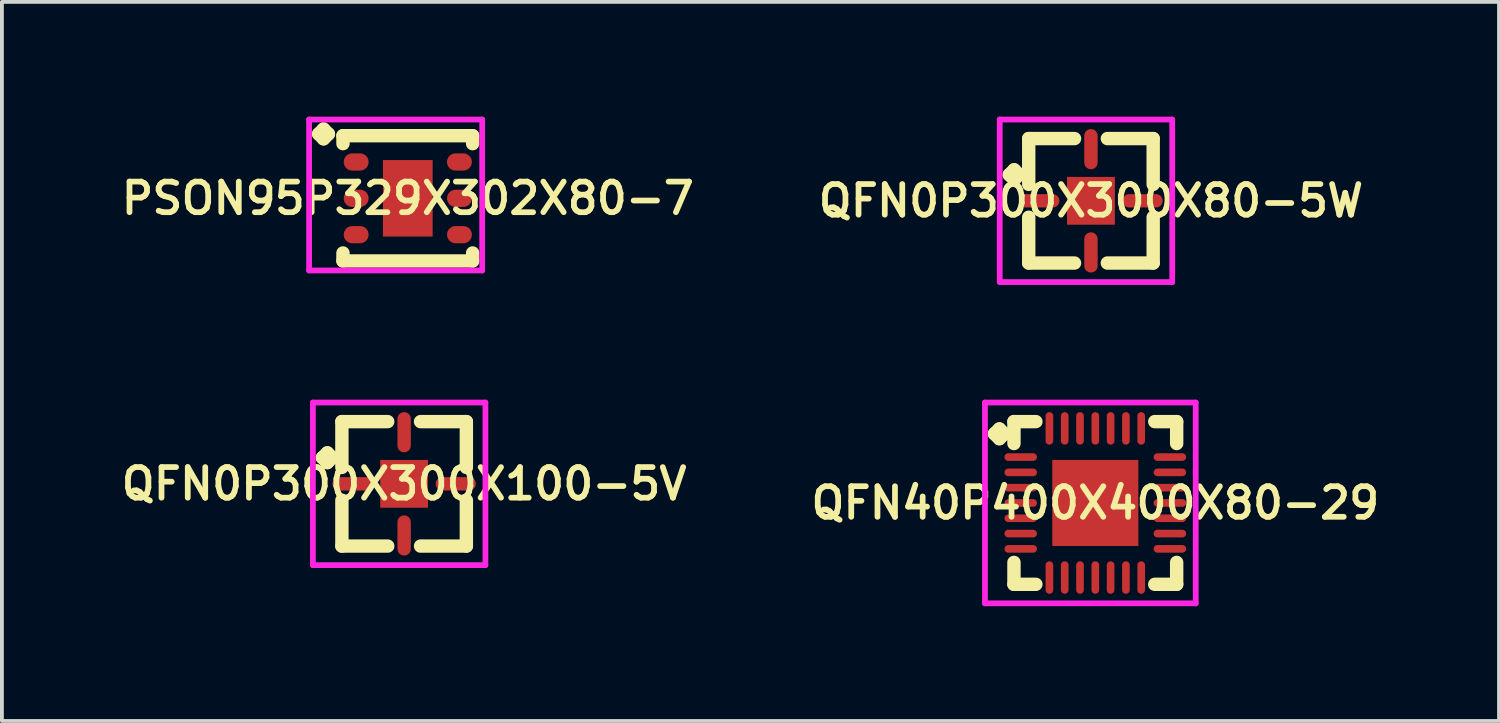
<source format=kicad_pcb>
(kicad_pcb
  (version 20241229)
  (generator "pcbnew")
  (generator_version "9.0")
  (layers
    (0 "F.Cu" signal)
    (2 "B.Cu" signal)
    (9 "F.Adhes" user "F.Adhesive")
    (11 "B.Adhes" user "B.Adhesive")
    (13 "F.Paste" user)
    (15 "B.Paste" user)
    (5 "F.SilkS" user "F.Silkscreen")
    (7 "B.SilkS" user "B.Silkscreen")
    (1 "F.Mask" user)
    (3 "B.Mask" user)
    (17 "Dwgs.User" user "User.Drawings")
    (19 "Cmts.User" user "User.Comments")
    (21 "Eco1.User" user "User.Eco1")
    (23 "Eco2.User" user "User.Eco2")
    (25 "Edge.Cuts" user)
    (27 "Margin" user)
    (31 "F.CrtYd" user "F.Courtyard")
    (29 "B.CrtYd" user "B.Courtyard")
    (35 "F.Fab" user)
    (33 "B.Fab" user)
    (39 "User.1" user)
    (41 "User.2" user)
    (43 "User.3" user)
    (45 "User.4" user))
  (footprint "QFN0P300X300X80-5W"
    (layer "F.Cu")
    (at 25.473 2.2)
    (property "Reference" "QFN0P300X300X80-5W" (at 0 0 0) (layer "F.SilkS") (effects (font (size 0.8 0.8) (thickness 0.15))))
    (attr smd)
    (fp_line (start -2.135 -0.683) (end -2.008 -0.81) (stroke (width 0.35) (type solid)) (layer "F.SilkS"))
    (fp_line (start -2.008 -0.81) (end -1.881 -0.683) (stroke (width 0.35) (type solid)) (layer "F.SilkS"))
    (fp_line (start -2.008 -0.556) (end -2.135 -0.683) (stroke (width 0.35) (type solid)) (layer "F.SilkS"))
    (fp_line (start -1.881 -0.683) (end -2.008 -0.556) (stroke (width 0.35) (type solid)) (layer "F.SilkS"))
    (fp_line (start -1.627 -1.627) (end -0.429 -1.627) (stroke (width 0.35) (type solid)) (layer "F.SilkS"))
    (fp_line (start -1.627 -0.429) (end -1.627 -1.627) (stroke (width 0.35) (type solid)) (layer "F.SilkS"))
    (fp_line (start -1.627 0.429) (end -1.627 1.627) (stroke (width 0.35) (type solid)) (layer "F.SilkS"))
    (fp_line (start -1.627 1.627) (end -0.429 1.627) (stroke (width 0.35) (type solid)) (layer "F.SilkS"))
    (fp_line (start 0.429 -1.627) (end 1.627 -1.627) (stroke (width 0.35) (type solid)) (layer "F.SilkS"))
    (fp_line (start 0.429 1.627) (end 1.627 1.627) (stroke (width 0.35) (type solid)) (layer "F.SilkS"))
    (fp_line (start 1.627 -1.627) (end 1.627 -0.429) (stroke (width 0.35) (type solid)) (layer "F.SilkS"))
    (fp_line (start 1.627 1.627) (end 1.627 0.429) (stroke (width 0.35) (type solid)) (layer "F.SilkS"))
    (fp_line (start -2.385 -2.125) (end 2.125 -2.125) (stroke (width 0.15) (type solid)) (layer "F.CrtYd"))
    (fp_line (start -2.385 2.125) (end -2.385 -2.125) (stroke (width 0.15) (type solid)) (layer "F.CrtYd"))
    (fp_line (start 2.125 -2.125) (end 2.125 2.125) (stroke (width 0.15) (type solid)) (layer "F.CrtYd"))
    (fp_line (start 2.125 2.125) (end -2.385 2.125) (stroke (width 0.15) (type solid)) (layer "F.CrtYd"))
    (pad "1" smd oval (at -1.35 0) (size 1.05 0.35) (layers "F.Cu" "F.Mask" "F.Paste"))
    (pad "2" smd oval (at 0 1.35) (size 0.35 1.05) (layers "F.Cu" "F.Mask" "F.Paste"))
    (pad "3" smd oval (at 1.35 0) (size 1.05 0.35) (layers "F.Cu" "F.Mask" "F.Paste"))
    (pad "4" smd oval (at 0 -1.35) (size 0.35 1.05) (layers "F.Cu" "F.Mask" "F.Paste"))
    (pad "5" smd rect (at 0 0) (size 1.25 1.25) (layers "F.Cu" "F.Mask" "F.Paste")))
  (footprint "QFN40P400X400X80-29"
    (layer "F.Cu")
    (at 25.587 10.1)
    (property "Reference" "QFN40P400X400X80-29" (at 0 0 0) (layer "F.SilkS") (effects (font (size 0.8 0.8) (thickness 0.15))))
    (attr smd)
    (fp_line (start -2.635 -1.808) (end -2.508 -1.935) (stroke (width 0.35) (type solid)) (layer "F.SilkS"))
    (fp_line (start -2.508 -1.935) (end -2.381 -1.808) (stroke (width 0.35) (type solid)) (layer "F.SilkS"))
    (fp_line (start -2.508 -1.681) (end -2.635 -1.808) (stroke (width 0.35) (type solid)) (layer "F.SilkS"))
    (fp_line (start -2.381 -1.808) (end -2.508 -1.681) (stroke (width 0.35) (type solid)) (layer "F.SilkS"))
    (fp_line (start -2.127 -2.127) (end -1.554 -2.127) (stroke (width 0.35) (type solid)) (layer "F.SilkS"))
    (fp_line (start -2.127 -1.554) (end -2.127 -2.127) (stroke (width 0.35) (type solid)) (layer "F.SilkS"))
    (fp_line (start -2.127 1.554) (end -2.127 2.127) (stroke (width 0.35) (type solid)) (layer "F.SilkS"))
    (fp_line (start -2.127 2.127) (end -1.554 2.127) (stroke (width 0.35) (type solid)) (layer "F.SilkS"))
    (fp_line (start 1.554 -2.127) (end 2.127 -2.127) (stroke (width 0.35) (type solid)) (layer "F.SilkS"))
    (fp_line (start 1.554 2.127) (end 2.127 2.127) (stroke (width 0.35) (type solid)) (layer "F.SilkS"))
    (fp_line (start 2.127 -2.127) (end 2.127 -1.554) (stroke (width 0.35) (type solid)) (layer "F.SilkS"))
    (fp_line (start 2.127 2.127) (end 2.127 1.554) (stroke (width 0.35) (type solid)) (layer "F.SilkS"))
    (fp_line (start -2.885 -2.625) (end 2.625 -2.625) (stroke (width 0.15) (type solid)) (layer "F.CrtYd"))
    (fp_line (start -2.885 2.625) (end -2.885 -2.625) (stroke (width 0.15) (type solid)) (layer "F.CrtYd"))
    (fp_line (start 2.625 -2.625) (end 2.625 2.625) (stroke (width 0.15) (type solid)) (layer "F.CrtYd"))
    (fp_line (start 2.625 2.625) (end -2.885 2.625) (stroke (width 0.15) (type solid)) (layer "F.CrtYd"))
    (pad "1" smd oval (at -1.95 -1.2) (size 0.85 0.2) (layers "F.Cu" "F.Mask" "F.Paste"))
    (pad "2" smd oval (at -1.95 -0.8) (size 0.85 0.2) (layers "F.Cu" "F.Mask" "F.Paste"))
    (pad "3" smd oval (at -1.95 -0.4) (size 0.85 0.2) (layers "F.Cu" "F.Mask" "F.Paste"))
    (pad "4" smd oval (at -1.95 0) (size 0.85 0.2) (layers "F.Cu" "F.Mask" "F.Paste"))
    (pad "5" smd oval (at -1.95 0.4) (size 0.85 0.2) (layers "F.Cu" "F.Mask" "F.Paste"))
    (pad "6" smd oval (at -1.95 0.8) (size 0.85 0.2) (layers "F.Cu" "F.Mask" "F.Paste"))
    (pad "7" smd oval (at -1.95 1.2) (size 0.85 0.2) (layers "F.Cu" "F.Mask" "F.Paste"))
    (pad "8" smd oval (at -1.2 1.95) (size 0.2 0.85) (layers "F.Cu" "F.Mask" "F.Paste"))
    (pad "9" smd oval (at -0.8 1.95) (size 0.2 0.85) (layers "F.Cu" "F.Mask" "F.Paste"))
    (pad "10" smd oval (at -0.4 1.95) (size 0.2 0.85) (layers "F.Cu" "F.Mask" "F.Paste"))
    (pad "11" smd oval (at 0 1.95) (size 0.2 0.85) (layers "F.Cu" "F.Mask" "F.Paste"))
    (pad "12" smd oval (at 0.4 1.95) (size 0.2 0.85) (layers "F.Cu" "F.Mask" "F.Paste"))
    (pad "13" smd oval (at 0.8 1.95) (size 0.2 0.85) (layers "F.Cu" "F.Mask" "F.Paste"))
    (pad "14" smd oval (at 1.2 1.95) (size 0.2 0.85) (layers "F.Cu" "F.Mask" "F.Paste"))
    (pad "15" smd oval (at 1.95 1.2) (size 0.85 0.2) (layers "F.Cu" "F.Mask" "F.Paste"))
    (pad "16" smd oval (at 1.95 0.8) (size 0.85 0.2) (layers "F.Cu" "F.Mask" "F.Paste"))
    (pad "17" smd oval (at 1.95 0.4) (size 0.85 0.2) (layers "F.Cu" "F.Mask" "F.Paste"))
    (pad "18" smd oval (at 1.95 0) (size 0.85 0.2) (layers "F.Cu" "F.Mask" "F.Paste"))
    (pad "19" smd oval (at 1.95 -0.4) (size 0.85 0.2) (layers "F.Cu" "F.Mask" "F.Paste"))
    (pad "20" smd oval (at 1.95 -0.8) (size 0.85 0.2) (layers "F.Cu" "F.Mask" "F.Paste"))
    (pad "21" smd oval (at 1.95 -1.2) (size 0.85 0.2) (layers "F.Cu" "F.Mask" "F.Paste"))
    (pad "22" smd oval (at 1.2 -1.95) (size 0.2 0.85) (layers "F.Cu" "F.Mask" "F.Paste"))
    (pad "23" smd oval (at 0.8 -1.95) (size 0.2 0.85) (layers "F.Cu" "F.Mask" "F.Paste"))
    (pad "24" smd oval (at 0.4 -1.95) (size 0.2 0.85) (layers "F.Cu" "F.Mask" "F.Paste"))
    (pad "25" smd oval (at 0 -1.95) (size 0.2 0.85) (layers "F.Cu" "F.Mask" "F.Paste"))
    (pad "26" smd oval (at -0.4 -1.95) (size 0.2 0.85) (layers "F.Cu" "F.Mask" "F.Paste"))
    (pad "27" smd oval (at -0.8 -1.95) (size 0.2 0.85) (layers "F.Cu" "F.Mask" "F.Paste"))
    (pad "28" smd oval (at -1.2 -1.95) (size 0.2 0.85) (layers "F.Cu" "F.Mask" "F.Paste"))
    (pad "29" smd rect (at 0 0) (size 2.25 2.25) (layers "F.Cu" "F.Mask" "F.Paste")))
  (footprint "PSON95P329X302X80-7"
    (layer "F.Cu")
    (at 7.612 2.135)
    (property "Reference" "PSON95P329X302X80-7" (at 0 0 0) (layer "F.SilkS") (effects (font (size 0.8 0.8) (thickness 0.15))))
    (attr smd)
    (fp_line (start -2.33 -1.683) (end -2.203 -1.81) (stroke (width 0.35) (type solid)) (layer "F.SilkS"))
    (fp_line (start -2.203 -1.81) (end -2.076 -1.683) (stroke (width 0.35) (type solid)) (layer "F.SilkS"))
    (fp_line (start -2.203 -1.556) (end -2.33 -1.683) (stroke (width 0.35) (type solid)) (layer "F.SilkS"))
    (fp_line (start -2.076 -1.683) (end -2.203 -1.556) (stroke (width 0.35) (type solid)) (layer "F.SilkS"))
    (fp_line (start -1.695 -1.637) (end 1.695 -1.637) (stroke (width 0.35) (type solid)) (layer "F.SilkS"))
    (fp_line (start -1.695 -1.429) (end -1.695 -1.637) (stroke (width 0.35) (type solid)) (layer "F.SilkS"))
    (fp_line (start -1.695 1.429) (end -1.695 1.637) (stroke (width 0.35) (type solid)) (layer "F.SilkS"))
    (fp_line (start -1.695 1.637) (end 1.695 1.637) (stroke (width 0.35) (type solid)) (layer "F.SilkS"))
    (fp_line (start 1.695 -1.637) (end 1.695 -1.429) (stroke (width 0.35) (type solid)) (layer "F.SilkS"))
    (fp_line (start 1.695 1.637) (end 1.695 1.429) (stroke (width 0.35) (type solid)) (layer "F.SilkS"))
    (fp_line (start -2.58 -2.06) (end 1.945 -2.06) (stroke (width 0.15) (type solid)) (layer "F.CrtYd"))
    (fp_line (start -2.58 1.887) (end -2.58 -2.06) (stroke (width 0.15) (type solid)) (layer "F.CrtYd"))
    (fp_line (start 1.945 -2.06) (end 1.945 1.887) (stroke (width 0.15) (type solid)) (layer "F.CrtYd"))
    (fp_line (start 1.945 1.887) (end -2.58 1.887) (stroke (width 0.15) (type solid)) (layer "F.CrtYd"))
    (pad "1" smd oval (at -1.35 -0.95) (size 0.65 0.45) (layers "F.Cu" "F.Mask" "F.Paste"))
    (pad "2" smd oval (at -1.35 0) (size 0.65 0.45) (layers "F.Cu" "F.Mask" "F.Paste"))
    (pad "3" smd oval (at -1.35 0.95) (size 0.65 0.45) (layers "F.Cu" "F.Mask" "F.Paste"))
    (pad "4" smd oval (at 1.35 0.95) (size 0.65 0.45) (layers "F.Cu" "F.Mask" "F.Paste"))
    (pad "5" smd oval (at 1.35 0) (size 0.65 0.45) (layers "F.Cu" "F.Mask" "F.Paste"))
    (pad "6" smd oval (at 1.35 -0.95) (size 0.65 0.45) (layers "F.Cu" "F.Mask" "F.Paste"))
    (pad "7" smd rect (at 0 0) (size 1.3 2) (layers "F.Cu" "F.Mask" "F.Paste")))
  (footprint "QFN0P300X300X100-5V"
    (layer "F.Cu")
    (at 7.516 9.6)
    (property "Reference" "QFN0P300X300X100-5V" (at 0 0 0) (layer "F.SilkS") (effects (font (size 0.8 0.8) (thickness 0.15))))
    (attr smd)
    (fp_line (start -2.135 -0.683) (end -2.008 -0.81) (stroke (width 0.35) (type solid)) (layer "F.SilkS"))
    (fp_line (start -2.008 -0.81) (end -1.881 -0.683) (stroke (width 0.35) (type solid)) (layer "F.SilkS"))
    (fp_line (start -2.008 -0.556) (end -2.135 -0.683) (stroke (width 0.35) (type solid)) (layer "F.SilkS"))
    (fp_line (start -1.881 -0.683) (end -2.008 -0.556) (stroke (width 0.35) (type solid)) (layer "F.SilkS"))
    (fp_line (start -1.627 -1.627) (end -0.429 -1.627) (stroke (width 0.35) (type solid)) (layer "F.SilkS"))
    (fp_line (start -1.627 -0.429) (end -1.627 -1.627) (stroke (width 0.35) (type solid)) (layer "F.SilkS"))
    (fp_line (start -1.627 0.429) (end -1.627 1.627) (stroke (width 0.35) (type solid)) (layer "F.SilkS"))
    (fp_line (start -1.627 1.627) (end -0.429 1.627) (stroke (width 0.35) (type solid)) (layer "F.SilkS"))
    (fp_line (start 0.429 -1.627) (end 1.627 -1.627) (stroke (width 0.35) (type solid)) (layer "F.SilkS"))
    (fp_line (start 0.429 1.627) (end 1.627 1.627) (stroke (width 0.35) (type solid)) (layer "F.SilkS"))
    (fp_line (start 1.627 -1.627) (end 1.627 -0.429) (stroke (width 0.35) (type solid)) (layer "F.SilkS"))
    (fp_line (start 1.627 1.627) (end 1.627 0.429) (stroke (width 0.35) (type solid)) (layer "F.SilkS"))
    (fp_line (start -2.385 -2.125) (end 2.125 -2.125) (stroke (width 0.15) (type solid)) (layer "F.CrtYd"))
    (fp_line (start -2.385 2.125) (end -2.385 -2.125) (stroke (width 0.15) (type solid)) (layer "F.CrtYd"))
    (fp_line (start 2.125 -2.125) (end 2.125 2.125) (stroke (width 0.15) (type solid)) (layer "F.CrtYd"))
    (fp_line (start 2.125 2.125) (end -2.385 2.125) (stroke (width 0.15) (type solid)) (layer "F.CrtYd"))
    (pad "1" smd oval (at -1.35 0) (size 1.05 0.35) (layers "F.Cu" "F.Mask" "F.Paste"))
    (pad "2" smd oval (at 0 1.35) (size 0.35 1.05) (layers "F.Cu" "F.Mask" "F.Paste"))
    (pad "3" smd oval (at 1.35 0) (size 1.05 0.35) (layers "F.Cu" "F.Mask" "F.Paste"))
    (pad "4" smd oval (at 0 -1.35) (size 0.35 1.05) (layers "F.Cu" "F.Mask" "F.Paste"))
    (pad "5" smd rect (at 0 0) (size 1.25 1.25) (layers "F.Cu" "F.Mask" "F.Paste")))
  (gr_rect
    (start -3 -3)
    (end 36.142 15.8)
    (stroke (width 0.1) (type default))
    (fill no)
    (layer "Edge.Cuts")))
</source>
